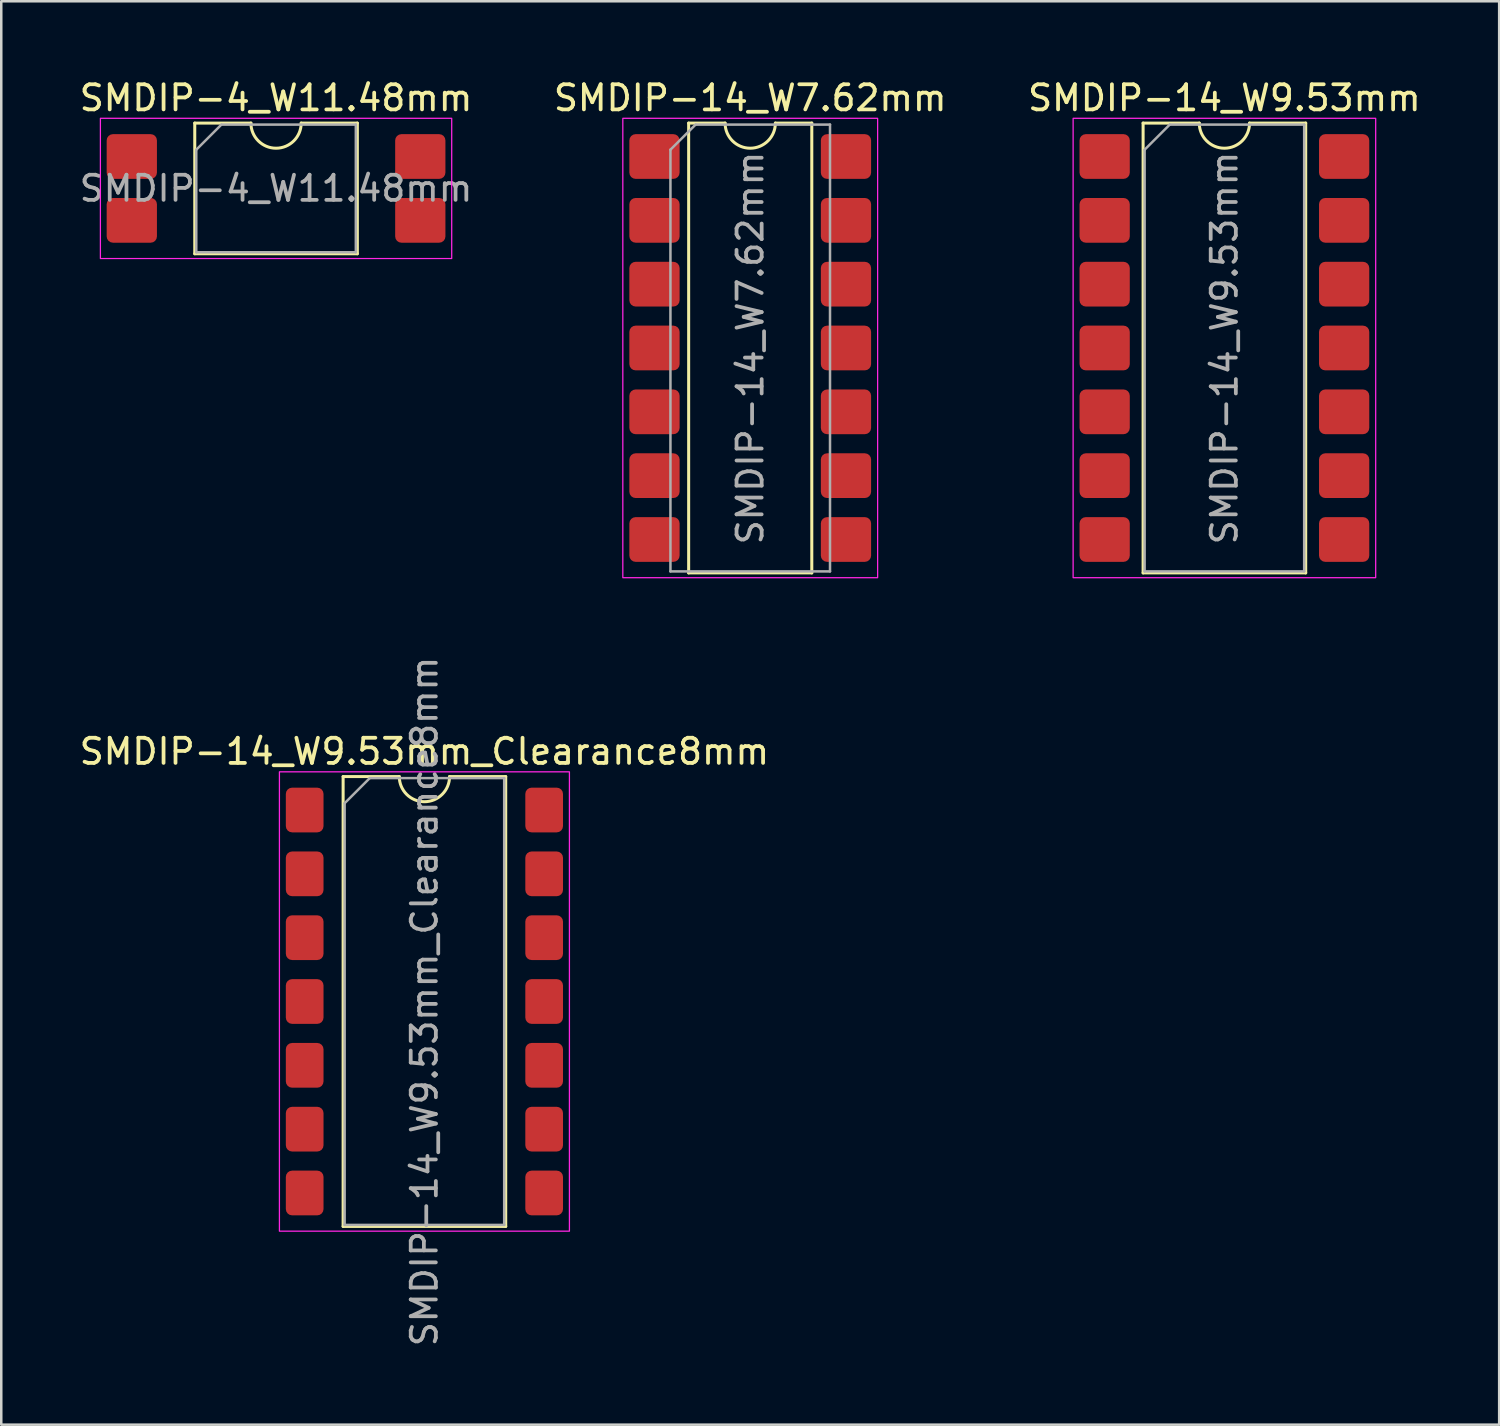
<source format=kicad_pcb>
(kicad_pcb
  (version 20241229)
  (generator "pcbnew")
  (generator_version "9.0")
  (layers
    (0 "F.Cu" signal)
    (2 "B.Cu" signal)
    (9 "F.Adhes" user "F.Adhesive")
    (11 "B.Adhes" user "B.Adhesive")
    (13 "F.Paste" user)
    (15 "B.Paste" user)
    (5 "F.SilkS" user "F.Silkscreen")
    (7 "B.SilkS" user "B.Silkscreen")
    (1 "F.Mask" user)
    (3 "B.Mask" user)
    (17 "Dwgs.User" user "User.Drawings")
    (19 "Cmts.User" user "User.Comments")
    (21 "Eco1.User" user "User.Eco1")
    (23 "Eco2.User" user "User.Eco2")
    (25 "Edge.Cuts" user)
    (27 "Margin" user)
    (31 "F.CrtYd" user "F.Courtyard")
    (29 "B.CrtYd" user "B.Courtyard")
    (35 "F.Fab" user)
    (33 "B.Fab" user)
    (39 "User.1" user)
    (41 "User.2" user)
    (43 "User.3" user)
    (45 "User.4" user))
  (footprint "SMDIP-14_W9.53mm_Clearance8mm"
    (layer "F.Cu")
    (at 13.839 36.803)
    (property "Reference" "SMDIP-14_W9.53mm_Clearance8mm" (at 0 -9.95 0) (layer "F.SilkS") (effects (font (size 1 1) (thickness 0.15))))
    (attr smd)
    (fp_line (start -3.235 -8.95) (end -3.235 8.95) (stroke (width 0.12) (type solid)) (layer "F.SilkS"))
    (fp_line (start -3.235 8.95) (end 3.235 8.95) (stroke (width 0.12) (type solid)) (layer "F.SilkS"))
    (fp_line (start -1 -8.95) (end -3.235 -8.95) (stroke (width 0.12) (type solid)) (layer "F.SilkS"))
    (fp_line (start 3.235 -8.95) (end 1 -8.95) (stroke (width 0.12) (type solid)) (layer "F.SilkS"))
    (fp_line (start 3.235 8.95) (end 3.235 -8.95) (stroke (width 0.12) (type solid)) (layer "F.SilkS"))
    (fp_arc (start 1 -8.95) (mid 0 -7.95) (end -1 -8.95) (stroke (width 0.12) (type solid)) (layer "F.SilkS"))
    (fp_rect (start -5.77 -9.14) (end 5.77 9.14) (stroke (width 0.05) (type solid)) (fill no) (layer "F.CrtYd"))
    (fp_line (start -3.175 -7.89) (end -2.175 -8.89) (stroke (width 0.1) (type solid)) (layer "F.Fab"))
    (fp_line (start -3.175 8.89) (end -3.175 -7.89) (stroke (width 0.1) (type solid)) (layer "F.Fab"))
    (fp_line (start -2.175 -8.89) (end 3.175 -8.89) (stroke (width 0.1) (type solid)) (layer "F.Fab"))
    (fp_line (start 3.175 -8.89) (end 3.175 8.89) (stroke (width 0.1) (type solid)) (layer "F.Fab"))
    (fp_line (start 3.175 8.89) (end -3.175 8.89) (stroke (width 0.1) (type solid)) (layer "F.Fab"))
    (fp_text user "${REFERENCE}" (at 0 0 90) (layer "F.Fab") (effects (font (size 1 1) (thickness 0.15))))
    (pad "1" smd roundrect (at -4.765 -7.62) (size 1.5 1.78) (layers "F.Cu" "F.Mask" "F.Paste") (roundrect_rratio 0.167))
    (pad "2" smd roundrect (at -4.765 -5.08) (size 1.5 1.78) (layers "F.Cu" "F.Mask" "F.Paste") (roundrect_rratio 0.167))
    (pad "3" smd roundrect (at -4.765 -2.54) (size 1.5 1.78) (layers "F.Cu" "F.Mask" "F.Paste") (roundrect_rratio 0.167))
    (pad "4" smd roundrect (at -4.765 0) (size 1.5 1.78) (layers "F.Cu" "F.Mask" "F.Paste") (roundrect_rratio 0.167))
    (pad "5" smd roundrect (at -4.765 2.54) (size 1.5 1.78) (layers "F.Cu" "F.Mask" "F.Paste") (roundrect_rratio 0.167))
    (pad "6" smd roundrect (at -4.765 5.08) (size 1.5 1.78) (layers "F.Cu" "F.Mask" "F.Paste") (roundrect_rratio 0.167))
    (pad "7" smd roundrect (at -4.765 7.62) (size 1.5 1.78) (layers "F.Cu" "F.Mask" "F.Paste") (roundrect_rratio 0.167))
    (pad "8" smd roundrect (at 4.765 7.62) (size 1.5 1.78) (layers "F.Cu" "F.Mask" "F.Paste") (roundrect_rratio 0.167))
    (pad "9" smd roundrect (at 4.765 5.08) (size 1.5 1.78) (layers "F.Cu" "F.Mask" "F.Paste") (roundrect_rratio 0.167))
    (pad "10" smd roundrect (at 4.765 2.54) (size 1.5 1.78) (layers "F.Cu" "F.Mask" "F.Paste") (roundrect_rratio 0.167))
    (pad "11" smd roundrect (at 4.765 0) (size 1.5 1.78) (layers "F.Cu" "F.Mask" "F.Paste") (roundrect_rratio 0.167))
    (pad "12" smd roundrect (at 4.765 -2.54) (size 1.5 1.78) (layers "F.Cu" "F.Mask" "F.Paste") (roundrect_rratio 0.167))
    (pad "13" smd roundrect (at 4.765 -5.08) (size 1.5 1.78) (layers "F.Cu" "F.Mask" "F.Paste") (roundrect_rratio 0.167))
    (pad "14" smd roundrect (at 4.765 -7.62) (size 1.5 1.78) (layers "F.Cu" "F.Mask" "F.Paste") (roundrect_rratio 0.167)))
  (footprint "SMDIP-4_W11.48mm"
    (layer "F.Cu")
    (at 7.935 4.448)
    (property "Reference" "SMDIP-4_W11.48mm" (at 0 -3.6 0) (layer "F.SilkS") (effects (font (size 1 1) (thickness 0.15))))
    (attr smd)
    (fp_line (start -3.235 -2.6) (end -3.235 2.6) (stroke (width 0.12) (type solid)) (layer "F.SilkS"))
    (fp_line (start -3.235 2.6) (end 3.235 2.6) (stroke (width 0.12) (type solid)) (layer "F.SilkS"))
    (fp_line (start -1 -2.6) (end -3.235 -2.6) (stroke (width 0.12) (type solid)) (layer "F.SilkS"))
    (fp_line (start 3.235 -2.6) (end 1 -2.6) (stroke (width 0.12) (type solid)) (layer "F.SilkS"))
    (fp_line (start 3.235 2.6) (end 3.235 -2.6) (stroke (width 0.12) (type solid)) (layer "F.SilkS"))
    (fp_arc (start 1 -2.6) (mid 0 -1.6) (end -1 -2.6) (stroke (width 0.12) (type solid)) (layer "F.SilkS"))
    (fp_rect (start -6.99 -2.79) (end 6.99 2.79) (stroke (width 0.05) (type solid)) (fill no) (layer "F.CrtYd"))
    (fp_line (start -3.175 -1.54) (end -2.175 -2.54) (stroke (width 0.1) (type solid)) (layer "F.Fab"))
    (fp_line (start -3.175 2.54) (end -3.175 -1.54) (stroke (width 0.1) (type solid)) (layer "F.Fab"))
    (fp_line (start -2.175 -2.54) (end 3.175 -2.54) (stroke (width 0.1) (type solid)) (layer "F.Fab"))
    (fp_line (start 3.175 -2.54) (end 3.175 2.54) (stroke (width 0.1) (type solid)) (layer "F.Fab"))
    (fp_line (start 3.175 2.54) (end -3.175 2.54) (stroke (width 0.1) (type solid)) (layer "F.Fab"))
    (fp_text user "${REFERENCE}" (at 0 0 0) (layer "F.Fab") (effects (font (size 1 1) (thickness 0.15))))
    (pad "1" smd roundrect (at -5.74 -1.27) (size 2 1.78) (layers "F.Cu" "F.Mask" "F.Paste") (roundrect_rratio 0.14))
    (pad "2" smd roundrect (at -5.74 1.27) (size 2 1.78) (layers "F.Cu" "F.Mask" "F.Paste") (roundrect_rratio 0.14))
    (pad "3" smd roundrect (at 5.74 1.27) (size 2 1.78) (layers "F.Cu" "F.Mask" "F.Paste") (roundrect_rratio 0.14))
    (pad "4" smd roundrect (at 5.74 -1.27) (size 2 1.78) (layers "F.Cu" "F.Mask" "F.Paste") (roundrect_rratio 0.14)))
  (footprint "SMDIP-14_W9.53mm"
    (layer "F.Cu")
    (at 45.673 10.798)
    (property "Reference" "SMDIP-14_W9.53mm" (at 0 -9.95 0) (layer "F.SilkS") (effects (font (size 1 1) (thickness 0.15))))
    (attr smd)
    (fp_line (start -3.235 -8.95) (end -3.235 8.95) (stroke (width 0.12) (type solid)) (layer "F.SilkS"))
    (fp_line (start -3.235 8.95) (end 3.235 8.95) (stroke (width 0.12) (type solid)) (layer "F.SilkS"))
    (fp_line (start -1 -8.95) (end -3.235 -8.95) (stroke (width 0.12) (type solid)) (layer "F.SilkS"))
    (fp_line (start 3.235 -8.95) (end 1 -8.95) (stroke (width 0.12) (type solid)) (layer "F.SilkS"))
    (fp_line (start 3.235 8.95) (end 3.235 -8.95) (stroke (width 0.12) (type solid)) (layer "F.SilkS"))
    (fp_arc (start 1 -8.95) (mid 0 -7.95) (end -1 -8.95) (stroke (width 0.12) (type solid)) (layer "F.SilkS"))
    (fp_rect (start -6.02 -9.14) (end 6.02 9.14) (stroke (width 0.05) (type solid)) (fill no) (layer "F.CrtYd"))
    (fp_line (start -3.175 -7.89) (end -2.175 -8.89) (stroke (width 0.1) (type solid)) (layer "F.Fab"))
    (fp_line (start -3.175 8.89) (end -3.175 -7.89) (stroke (width 0.1) (type solid)) (layer "F.Fab"))
    (fp_line (start -2.175 -8.89) (end 3.175 -8.89) (stroke (width 0.1) (type solid)) (layer "F.Fab"))
    (fp_line (start 3.175 -8.89) (end 3.175 8.89) (stroke (width 0.1) (type solid)) (layer "F.Fab"))
    (fp_line (start 3.175 8.89) (end -3.175 8.89) (stroke (width 0.1) (type solid)) (layer "F.Fab"))
    (fp_text user "${REFERENCE}" (at 0 0 90) (layer "F.Fab") (effects (font (size 1 1) (thickness 0.15))))
    (pad "1" smd roundrect (at -4.765 -7.62) (size 2 1.78) (layers "F.Cu" "F.Mask" "F.Paste") (roundrect_rratio 0.14))
    (pad "2" smd roundrect (at -4.765 -5.08) (size 2 1.78) (layers "F.Cu" "F.Mask" "F.Paste") (roundrect_rratio 0.14))
    (pad "3" smd roundrect (at -4.765 -2.54) (size 2 1.78) (layers "F.Cu" "F.Mask" "F.Paste") (roundrect_rratio 0.14))
    (pad "4" smd roundrect (at -4.765 0) (size 2 1.78) (layers "F.Cu" "F.Mask" "F.Paste") (roundrect_rratio 0.14))
    (pad "5" smd roundrect (at -4.765 2.54) (size 2 1.78) (layers "F.Cu" "F.Mask" "F.Paste") (roundrect_rratio 0.14))
    (pad "6" smd roundrect (at -4.765 5.08) (size 2 1.78) (layers "F.Cu" "F.Mask" "F.Paste") (roundrect_rratio 0.14))
    (pad "7" smd roundrect (at -4.765 7.62) (size 2 1.78) (layers "F.Cu" "F.Mask" "F.Paste") (roundrect_rratio 0.14))
    (pad "8" smd roundrect (at 4.765 7.62) (size 2 1.78) (layers "F.Cu" "F.Mask" "F.Paste") (roundrect_rratio 0.14))
    (pad "9" smd roundrect (at 4.765 5.08) (size 2 1.78) (layers "F.Cu" "F.Mask" "F.Paste") (roundrect_rratio 0.14))
    (pad "10" smd roundrect (at 4.765 2.54) (size 2 1.78) (layers "F.Cu" "F.Mask" "F.Paste") (roundrect_rratio 0.14))
    (pad "11" smd roundrect (at 4.765 0) (size 2 1.78) (layers "F.Cu" "F.Mask" "F.Paste") (roundrect_rratio 0.14))
    (pad "12" smd roundrect (at 4.765 -2.54) (size 2 1.78) (layers "F.Cu" "F.Mask" "F.Paste") (roundrect_rratio 0.14))
    (pad "13" smd roundrect (at 4.765 -5.08) (size 2 1.78) (layers "F.Cu" "F.Mask" "F.Paste") (roundrect_rratio 0.14))
    (pad "14" smd roundrect (at 4.765 -7.62) (size 2 1.78) (layers "F.Cu" "F.Mask" "F.Paste") (roundrect_rratio 0.14)))
  (footprint "SMDIP-14_W7.62mm"
    (layer "F.Cu")
    (at 26.804 10.798)
    (property "Reference" "SMDIP-14_W7.62mm" (at 0 -9.95 0) (layer "F.SilkS") (effects (font (size 1 1) (thickness 0.15))))
    (attr smd)
    (fp_line (start -2.45 -8.95) (end -2.45 8.95) (stroke (width 0.12) (type solid)) (layer "F.SilkS"))
    (fp_line (start -2.45 8.95) (end 2.45 8.95) (stroke (width 0.12) (type solid)) (layer "F.SilkS"))
    (fp_line (start -1 -8.95) (end -2.45 -8.95) (stroke (width 0.12) (type solid)) (layer "F.SilkS"))
    (fp_line (start 2.45 -8.95) (end 1 -8.95) (stroke (width 0.12) (type solid)) (layer "F.SilkS"))
    (fp_line (start 2.45 8.95) (end 2.45 -8.95) (stroke (width 0.12) (type solid)) (layer "F.SilkS"))
    (fp_arc (start 1 -8.95) (mid 0 -7.95) (end -1 -8.95) (stroke (width 0.12) (type solid)) (layer "F.SilkS"))
    (fp_rect (start -5.07 -9.14) (end 5.07 9.14) (stroke (width 0.05) (type solid)) (fill no) (layer "F.CrtYd"))
    (fp_line (start -3.175 -7.89) (end -2.175 -8.89) (stroke (width 0.1) (type solid)) (layer "F.Fab"))
    (fp_line (start -3.175 8.89) (end -3.175 -7.89) (stroke (width 0.1) (type solid)) (layer "F.Fab"))
    (fp_line (start -2.175 -8.89) (end 3.175 -8.89) (stroke (width 0.1) (type solid)) (layer "F.Fab"))
    (fp_line (start 3.175 -8.89) (end 3.175 8.89) (stroke (width 0.1) (type solid)) (layer "F.Fab"))
    (fp_line (start 3.175 8.89) (end -3.175 8.89) (stroke (width 0.1) (type solid)) (layer "F.Fab"))
    (fp_text user "${REFERENCE}" (at 0 0 90) (layer "F.Fab") (effects (font (size 1 1) (thickness 0.15))))
    (pad "1" smd roundrect (at -3.81 -7.62) (size 2 1.78) (layers "F.Cu" "F.Mask" "F.Paste") (roundrect_rratio 0.14))
    (pad "2" smd roundrect (at -3.81 -5.08) (size 2 1.78) (layers "F.Cu" "F.Mask" "F.Paste") (roundrect_rratio 0.14))
    (pad "3" smd roundrect (at -3.81 -2.54) (size 2 1.78) (layers "F.Cu" "F.Mask" "F.Paste") (roundrect_rratio 0.14))
    (pad "4" smd roundrect (at -3.81 0) (size 2 1.78) (layers "F.Cu" "F.Mask" "F.Paste") (roundrect_rratio 0.14))
    (pad "5" smd roundrect (at -3.81 2.54) (size 2 1.78) (layers "F.Cu" "F.Mask" "F.Paste") (roundrect_rratio 0.14))
    (pad "6" smd roundrect (at -3.81 5.08) (size 2 1.78) (layers "F.Cu" "F.Mask" "F.Paste") (roundrect_rratio 0.14))
    (pad "7" smd roundrect (at -3.81 7.62) (size 2 1.78) (layers "F.Cu" "F.Mask" "F.Paste") (roundrect_rratio 0.14))
    (pad "8" smd roundrect (at 3.81 7.62) (size 2 1.78) (layers "F.Cu" "F.Mask" "F.Paste") (roundrect_rratio 0.14))
    (pad "9" smd roundrect (at 3.81 5.08) (size 2 1.78) (layers "F.Cu" "F.Mask" "F.Paste") (roundrect_rratio 0.14))
    (pad "10" smd roundrect (at 3.81 2.54) (size 2 1.78) (layers "F.Cu" "F.Mask" "F.Paste") (roundrect_rratio 0.14))
    (pad "11" smd roundrect (at 3.81 0) (size 2 1.78) (layers "F.Cu" "F.Mask" "F.Paste") (roundrect_rratio 0.14))
    (pad "12" smd roundrect (at 3.81 -2.54) (size 2 1.78) (layers "F.Cu" "F.Mask" "F.Paste") (roundrect_rratio 0.14))
    (pad "13" smd roundrect (at 3.81 -5.08) (size 2 1.78) (layers "F.Cu" "F.Mask" "F.Paste") (roundrect_rratio 0.14))
    (pad "14" smd roundrect (at 3.81 -7.62) (size 2 1.78) (layers "F.Cu" "F.Mask" "F.Paste") (roundrect_rratio 0.14)))
  (gr_rect
    (start -3 -3)
    (end 56.607 53.642)
    (stroke (width 0.1) (type default))
    (fill no)
    (layer "Edge.Cuts")))
</source>
